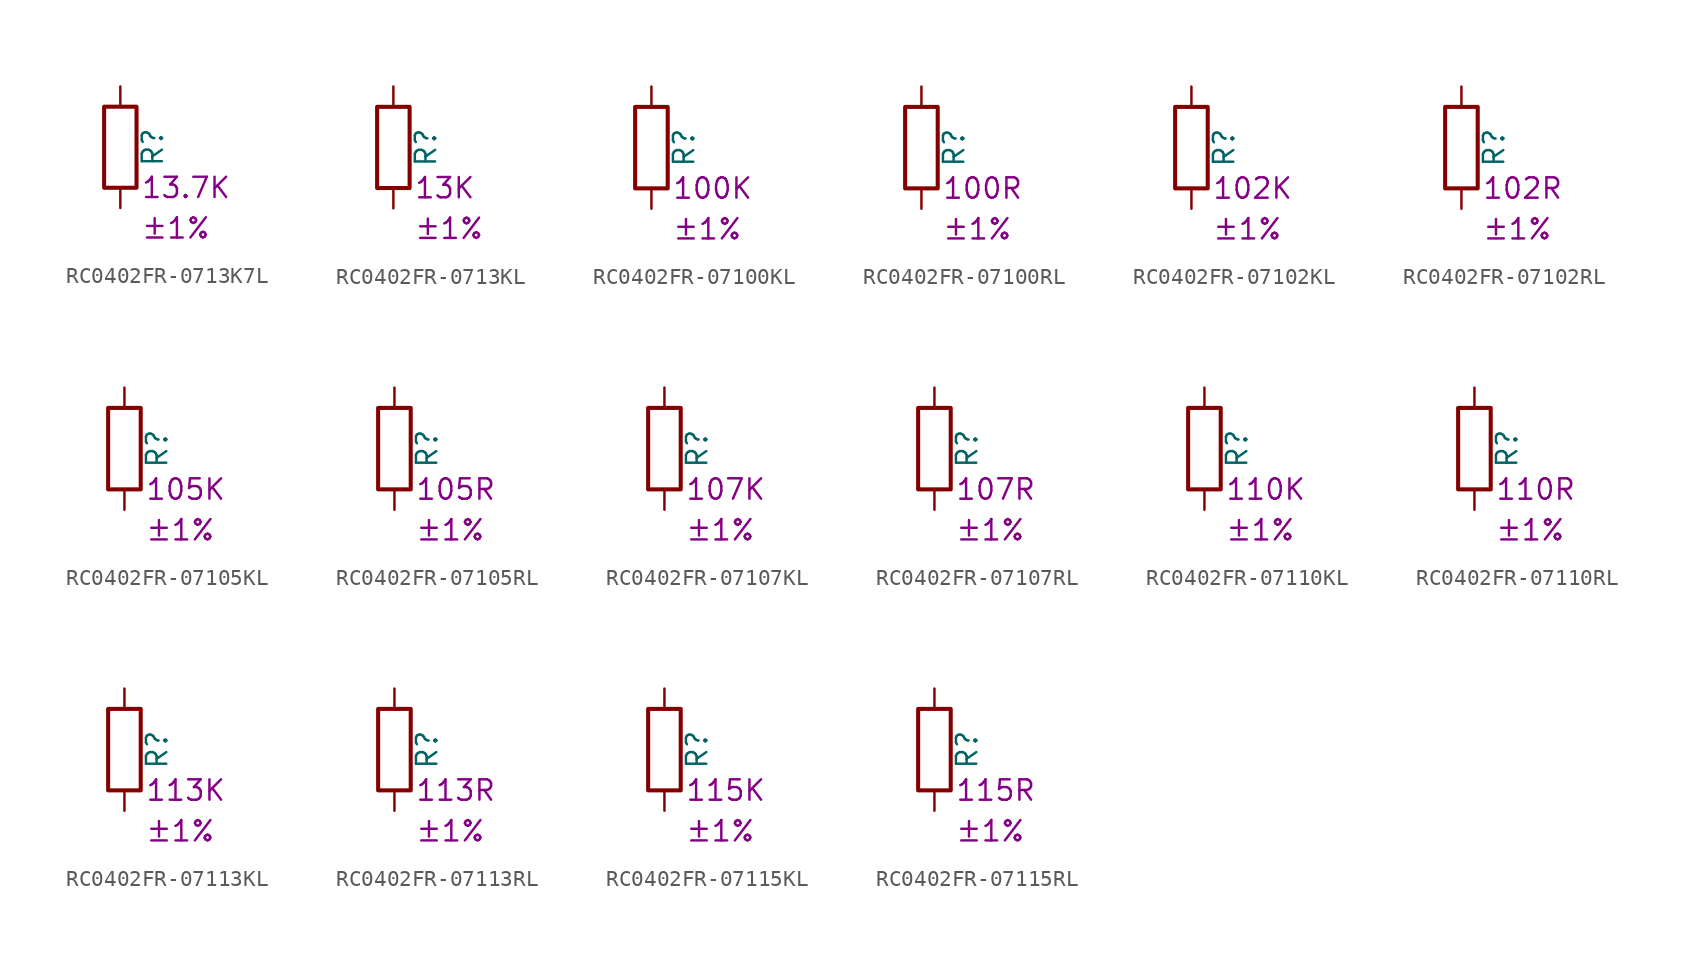
<source format=kicad_sym>
(kicad_symbol_lib
  (version 20220914)
  (generator kicad_symbol_editor)
  (symbol "RC0402FR-0713K7L"
    (pin_numbers hide)
    (pin_names
      (offset 0))
    (property "Reference" "R"
      (at 2.032 0 90)
      (effects (font (size 1.27 1.27))))
    (property "Resistance" "13.7K"
      (at 1.27 -2.54 0)
      (effects (font (size 1.27 1.27)) (justify left)))
    (property "Tolerance" "±1%"
      (at 1.27 -5.08 0)
      (effects (font (size 1.27 1.27)) (justify left)))
    (symbol "RC0402FR-0713K7L_0_1"
      (rectangle (start -1.016 -2.54) (end 1.016 2.54) (stroke (width 0.254) (type default)) (fill (type none))))
    (symbol "RC0402FR-0713K7L_1_1"
      (pin passive line (at 0 3.81 270) (length 1.27) (name "~" (effects (font (size 1.27 1.27)))) (number "1" (effects (font (size 1.27 1.27)))))
      (pin passive line (at 0 -3.81 90) (length 1.27) (name "~" (effects (font (size 1.27 1.27)))) (number "2" (effects (font (size 1.27 1.27)))))))
  (symbol "RC0402FR-0713KL"
    (pin_numbers hide)
    (pin_names
      (offset 0))
    (property "Reference" "R"
      (at 2.032 0 90)
      (effects (font (size 1.27 1.27))))
    (property "Resistance" "13K"
      (at 1.27 -2.54 0)
      (effects (font (size 1.27 1.27)) (justify left)))
    (property "Tolerance" "±1%"
      (at 1.27 -5.08 0)
      (effects (font (size 1.27 1.27)) (justify left)))
    (symbol "RC0402FR-0713KL_0_1"
      (rectangle (start -1.016 -2.54) (end 1.016 2.54) (stroke (width 0.254) (type default)) (fill (type none))))
    (symbol "RC0402FR-0713KL_1_1"
      (pin passive line (at 0 3.81 270) (length 1.27) (name "~" (effects (font (size 1.27 1.27)))) (number "1" (effects (font (size 1.27 1.27)))))
      (pin passive line (at 0 -3.81 90) (length 1.27) (name "~" (effects (font (size 1.27 1.27)))) (number "2" (effects (font (size 1.27 1.27)))))))
  (symbol "RC0402FR-07100KL"
    (pin_numbers hide)
    (pin_names
      (offset 0))
    (property "Reference" "R"
      (at 2.032 0 90)
      (effects (font (size 1.27 1.27))))
    (property "Resistance" "100K"
      (at 1.27 -2.54 0)
      (effects (font (size 1.27 1.27)) (justify left)))
    (property "Tolerance" "±1%"
      (at 1.27 -5.08 0)
      (effects (font (size 1.27 1.27)) (justify left)))
    (symbol "RC0402FR-07100KL_0_1"
      (rectangle (start -1.016 -2.54) (end 1.016 2.54) (stroke (width 0.254) (type default)) (fill (type none))))
    (symbol "RC0402FR-07100KL_1_1"
      (pin passive line (at 0 3.81 270) (length 1.27) (name "~" (effects (font (size 1.27 1.27)))) (number "1" (effects (font (size 1.27 1.27)))))
      (pin passive line (at 0 -3.81 90) (length 1.27) (name "~" (effects (font (size 1.27 1.27)))) (number "2" (effects (font (size 1.27 1.27)))))))
  (symbol "RC0402FR-07100RL"
    (pin_numbers hide)
    (pin_names
      (offset 0))
    (property "Reference" "R"
      (at 2.032 0 90)
      (effects (font (size 1.27 1.27))))
    (property "Resistance" "100R"
      (at 1.27 -2.54 0)
      (effects (font (size 1.27 1.27)) (justify left)))
    (property "Tolerance" "±1%"
      (at 1.27 -5.08 0)
      (effects (font (size 1.27 1.27)) (justify left)))
    (symbol "RC0402FR-07100RL_0_1"
      (rectangle (start -1.016 -2.54) (end 1.016 2.54) (stroke (width 0.254) (type default)) (fill (type none))))
    (symbol "RC0402FR-07100RL_1_1"
      (pin passive line (at 0 3.81 270) (length 1.27) (name "~" (effects (font (size 1.27 1.27)))) (number "1" (effects (font (size 1.27 1.27)))))
      (pin passive line (at 0 -3.81 90) (length 1.27) (name "~" (effects (font (size 1.27 1.27)))) (number "2" (effects (font (size 1.27 1.27)))))))
  (symbol "RC0402FR-07102KL"
    (pin_numbers hide)
    (pin_names
      (offset 0))
    (property "Reference" "R"
      (at 2.032 0 90)
      (effects (font (size 1.27 1.27))))
    (property "Resistance" "102K"
      (at 1.27 -2.54 0)
      (effects (font (size 1.27 1.27)) (justify left)))
    (property "Tolerance" "±1%"
      (at 1.27 -5.08 0)
      (effects (font (size 1.27 1.27)) (justify left)))
    (symbol "RC0402FR-07102KL_0_1"
      (rectangle (start -1.016 -2.54) (end 1.016 2.54) (stroke (width 0.254) (type default)) (fill (type none))))
    (symbol "RC0402FR-07102KL_1_1"
      (pin passive line (at 0 3.81 270) (length 1.27) (name "~" (effects (font (size 1.27 1.27)))) (number "1" (effects (font (size 1.27 1.27)))))
      (pin passive line (at 0 -3.81 90) (length 1.27) (name "~" (effects (font (size 1.27 1.27)))) (number "2" (effects (font (size 1.27 1.27)))))))
  (symbol "RC0402FR-07102RL"
    (pin_numbers hide)
    (pin_names
      (offset 0))
    (property "Reference" "R"
      (at 2.032 0 90)
      (effects (font (size 1.27 1.27))))
    (property "Resistance" "102R"
      (at 1.27 -2.54 0)
      (effects (font (size 1.27 1.27)) (justify left)))
    (property "Tolerance" "±1%"
      (at 1.27 -5.08 0)
      (effects (font (size 1.27 1.27)) (justify left)))
    (symbol "RC0402FR-07102RL_0_1"
      (rectangle (start -1.016 -2.54) (end 1.016 2.54) (stroke (width 0.254) (type default)) (fill (type none))))
    (symbol "RC0402FR-07102RL_1_1"
      (pin passive line (at 0 3.81 270) (length 1.27) (name "~" (effects (font (size 1.27 1.27)))) (number "1" (effects (font (size 1.27 1.27)))))
      (pin passive line (at 0 -3.81 90) (length 1.27) (name "~" (effects (font (size 1.27 1.27)))) (number "2" (effects (font (size 1.27 1.27)))))))
  (symbol "RC0402FR-07105KL"
    (pin_numbers hide)
    (pin_names
      (offset 0))
    (property "Reference" "R"
      (at 2.032 0 90)
      (effects (font (size 1.27 1.27))))
    (property "Resistance" "105K"
      (at 1.27 -2.54 0)
      (effects (font (size 1.27 1.27)) (justify left)))
    (property "Tolerance" "±1%"
      (at 1.27 -5.08 0)
      (effects (font (size 1.27 1.27)) (justify left)))
    (symbol "RC0402FR-07105KL_0_1"
      (rectangle (start -1.016 -2.54) (end 1.016 2.54) (stroke (width 0.254) (type default)) (fill (type none))))
    (symbol "RC0402FR-07105KL_1_1"
      (pin passive line (at 0 3.81 270) (length 1.27) (name "~" (effects (font (size 1.27 1.27)))) (number "1" (effects (font (size 1.27 1.27)))))
      (pin passive line (at 0 -3.81 90) (length 1.27) (name "~" (effects (font (size 1.27 1.27)))) (number "2" (effects (font (size 1.27 1.27)))))))
  (symbol "RC0402FR-07105RL"
    (pin_numbers hide)
    (pin_names
      (offset 0))
    (property "Reference" "R"
      (at 2.032 0 90)
      (effects (font (size 1.27 1.27))))
    (property "Resistance" "105R"
      (at 1.27 -2.54 0)
      (effects (font (size 1.27 1.27)) (justify left)))
    (property "Tolerance" "±1%"
      (at 1.27 -5.08 0)
      (effects (font (size 1.27 1.27)) (justify left)))
    (symbol "RC0402FR-07105RL_0_1"
      (rectangle (start -1.016 -2.54) (end 1.016 2.54) (stroke (width 0.254) (type default)) (fill (type none))))
    (symbol "RC0402FR-07105RL_1_1"
      (pin passive line (at 0 3.81 270) (length 1.27) (name "~" (effects (font (size 1.27 1.27)))) (number "1" (effects (font (size 1.27 1.27)))))
      (pin passive line (at 0 -3.81 90) (length 1.27) (name "~" (effects (font (size 1.27 1.27)))) (number "2" (effects (font (size 1.27 1.27)))))))
  (symbol "RC0402FR-07107KL"
    (pin_numbers hide)
    (pin_names
      (offset 0))
    (property "Reference" "R"
      (at 2.032 0 90)
      (effects (font (size 1.27 1.27))))
    (property "Resistance" "107K"
      (at 1.27 -2.54 0)
      (effects (font (size 1.27 1.27)) (justify left)))
    (property "Tolerance" "±1%"
      (at 1.27 -5.08 0)
      (effects (font (size 1.27 1.27)) (justify left)))
    (symbol "RC0402FR-07107KL_0_1"
      (rectangle (start -1.016 -2.54) (end 1.016 2.54) (stroke (width 0.254) (type default)) (fill (type none))))
    (symbol "RC0402FR-07107KL_1_1"
      (pin passive line (at 0 3.81 270) (length 1.27) (name "~" (effects (font (size 1.27 1.27)))) (number "1" (effects (font (size 1.27 1.27)))))
      (pin passive line (at 0 -3.81 90) (length 1.27) (name "~" (effects (font (size 1.27 1.27)))) (number "2" (effects (font (size 1.27 1.27)))))))
  (symbol "RC0402FR-07107RL"
    (pin_numbers hide)
    (pin_names
      (offset 0))
    (property "Reference" "R"
      (at 2.032 0 90)
      (effects (font (size 1.27 1.27))))
    (property "Resistance" "107R"
      (at 1.27 -2.54 0)
      (effects (font (size 1.27 1.27)) (justify left)))
    (property "Tolerance" "±1%"
      (at 1.27 -5.08 0)
      (effects (font (size 1.27 1.27)) (justify left)))
    (symbol "RC0402FR-07107RL_0_1"
      (rectangle (start -1.016 -2.54) (end 1.016 2.54) (stroke (width 0.254) (type default)) (fill (type none))))
    (symbol "RC0402FR-07107RL_1_1"
      (pin passive line (at 0 3.81 270) (length 1.27) (name "~" (effects (font (size 1.27 1.27)))) (number "1" (effects (font (size 1.27 1.27)))))
      (pin passive line (at 0 -3.81 90) (length 1.27) (name "~" (effects (font (size 1.27 1.27)))) (number "2" (effects (font (size 1.27 1.27)))))))
  (symbol "RC0402FR-07110KL"
    (pin_numbers hide)
    (pin_names
      (offset 0))
    (property "Reference" "R"
      (at 2.032 0 90)
      (effects (font (size 1.27 1.27))))
    (property "Resistance" "110K"
      (at 1.27 -2.54 0)
      (effects (font (size 1.27 1.27)) (justify left)))
    (property "Tolerance" "±1%"
      (at 1.27 -5.08 0)
      (effects (font (size 1.27 1.27)) (justify left)))
    (symbol "RC0402FR-07110KL_0_1"
      (rectangle (start -1.016 -2.54) (end 1.016 2.54) (stroke (width 0.254) (type default)) (fill (type none))))
    (symbol "RC0402FR-07110KL_1_1"
      (pin passive line (at 0 3.81 270) (length 1.27) (name "~" (effects (font (size 1.27 1.27)))) (number "1" (effects (font (size 1.27 1.27)))))
      (pin passive line (at 0 -3.81 90) (length 1.27) (name "~" (effects (font (size 1.27 1.27)))) (number "2" (effects (font (size 1.27 1.27)))))))
  (symbol "RC0402FR-07110RL"
    (pin_numbers hide)
    (pin_names
      (offset 0))
    (property "Reference" "R"
      (at 2.032 0 90)
      (effects (font (size 1.27 1.27))))
    (property "Resistance" "110R"
      (at 1.27 -2.54 0)
      (effects (font (size 1.27 1.27)) (justify left)))
    (property "Tolerance" "±1%"
      (at 1.27 -5.08 0)
      (effects (font (size 1.27 1.27)) (justify left)))
    (symbol "RC0402FR-07110RL_0_1"
      (rectangle (start -1.016 -2.54) (end 1.016 2.54) (stroke (width 0.254) (type default)) (fill (type none))))
    (symbol "RC0402FR-07110RL_1_1"
      (pin passive line (at 0 3.81 270) (length 1.27) (name "~" (effects (font (size 1.27 1.27)))) (number "1" (effects (font (size 1.27 1.27)))))
      (pin passive line (at 0 -3.81 90) (length 1.27) (name "~" (effects (font (size 1.27 1.27)))) (number "2" (effects (font (size 1.27 1.27)))))))
  (symbol "RC0402FR-07113KL"
    (pin_numbers hide)
    (pin_names
      (offset 0))
    (property "Reference" "R"
      (at 2.032 0 90)
      (effects (font (size 1.27 1.27))))
    (property "Resistance" "113K"
      (at 1.27 -2.54 0)
      (effects (font (size 1.27 1.27)) (justify left)))
    (property "Tolerance" "±1%"
      (at 1.27 -5.08 0)
      (effects (font (size 1.27 1.27)) (justify left)))
    (symbol "RC0402FR-07113KL_0_1"
      (rectangle (start -1.016 -2.54) (end 1.016 2.54) (stroke (width 0.254) (type default)) (fill (type none))))
    (symbol "RC0402FR-07113KL_1_1"
      (pin passive line (at 0 3.81 270) (length 1.27) (name "~" (effects (font (size 1.27 1.27)))) (number "1" (effects (font (size 1.27 1.27)))))
      (pin passive line (at 0 -3.81 90) (length 1.27) (name "~" (effects (font (size 1.27 1.27)))) (number "2" (effects (font (size 1.27 1.27)))))))
  (symbol "RC0402FR-07113RL"
    (pin_numbers hide)
    (pin_names
      (offset 0))
    (property "Reference" "R"
      (at 2.032 0 90)
      (effects (font (size 1.27 1.27))))
    (property "Resistance" "113R"
      (at 1.27 -2.54 0)
      (effects (font (size 1.27 1.27)) (justify left)))
    (property "Tolerance" "±1%"
      (at 1.27 -5.08 0)
      (effects (font (size 1.27 1.27)) (justify left)))
    (symbol "RC0402FR-07113RL_0_1"
      (rectangle (start -1.016 -2.54) (end 1.016 2.54) (stroke (width 0.254) (type default)) (fill (type none))))
    (symbol "RC0402FR-07113RL_1_1"
      (pin passive line (at 0 3.81 270) (length 1.27) (name "~" (effects (font (size 1.27 1.27)))) (number "1" (effects (font (size 1.27 1.27)))))
      (pin passive line (at 0 -3.81 90) (length 1.27) (name "~" (effects (font (size 1.27 1.27)))) (number "2" (effects (font (size 1.27 1.27)))))))
  (symbol "RC0402FR-07115KL"
    (pin_numbers hide)
    (pin_names
      (offset 0))
    (property "Reference" "R"
      (at 2.032 0 90)
      (effects (font (size 1.27 1.27))))
    (property "Resistance" "115K"
      (at 1.27 -2.54 0)
      (effects (font (size 1.27 1.27)) (justify left)))
    (property "Tolerance" "±1%"
      (at 1.27 -5.08 0)
      (effects (font (size 1.27 1.27)) (justify left)))
    (symbol "RC0402FR-07115KL_0_1"
      (rectangle (start -1.016 -2.54) (end 1.016 2.54) (stroke (width 0.254) (type default)) (fill (type none))))
    (symbol "RC0402FR-07115KL_1_1"
      (pin passive line (at 0 3.81 270) (length 1.27) (name "~" (effects (font (size 1.27 1.27)))) (number "1" (effects (font (size 1.27 1.27)))))
      (pin passive line (at 0 -3.81 90) (length 1.27) (name "~" (effects (font (size 1.27 1.27)))) (number "2" (effects (font (size 1.27 1.27)))))))
  (symbol "RC0402FR-07115RL"
    (pin_numbers hide)
    (pin_names
      (offset 0))
    (property "Reference" "R"
      (at 2.032 0 90)
      (effects (font (size 1.27 1.27))))
    (property "Resistance" "115R"
      (at 1.27 -2.54 0)
      (effects (font (size 1.27 1.27)) (justify left)))
    (property "Tolerance" "±1%"
      (at 1.27 -5.08 0)
      (effects (font (size 1.27 1.27)) (justify left)))
    (symbol "RC0402FR-07115RL_0_1"
      (rectangle (start -1.016 -2.54) (end 1.016 2.54) (stroke (width 0.254) (type default)) (fill (type none))))
    (symbol "RC0402FR-07115RL_1_1"
      (pin passive line (at 0 3.81 270) (length 1.27) (name "~" (effects (font (size 1.27 1.27)))) (number "1" (effects (font (size 1.27 1.27)))))
      (pin passive line (at 0 -3.81 90) (length 1.27) (name "~" (effects (font (size 1.27 1.27)))) (number "2" (effects (font (size 1.27 1.27))))))))
</source>
